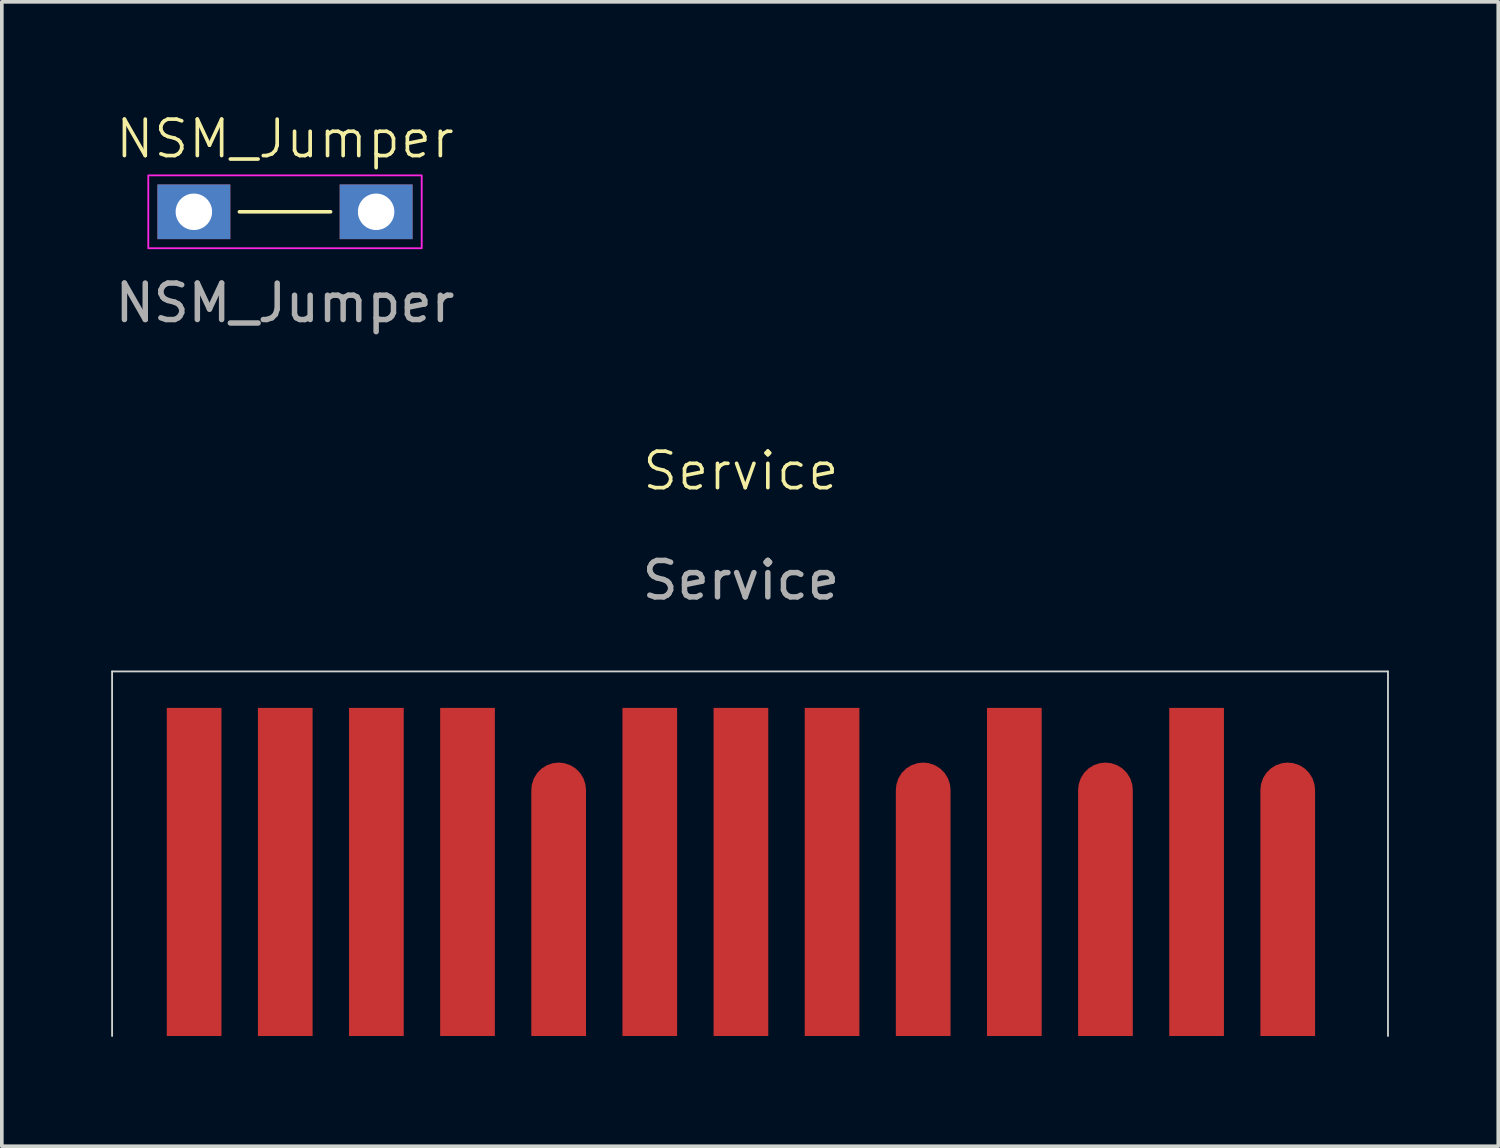
<source format=kicad_pcb>
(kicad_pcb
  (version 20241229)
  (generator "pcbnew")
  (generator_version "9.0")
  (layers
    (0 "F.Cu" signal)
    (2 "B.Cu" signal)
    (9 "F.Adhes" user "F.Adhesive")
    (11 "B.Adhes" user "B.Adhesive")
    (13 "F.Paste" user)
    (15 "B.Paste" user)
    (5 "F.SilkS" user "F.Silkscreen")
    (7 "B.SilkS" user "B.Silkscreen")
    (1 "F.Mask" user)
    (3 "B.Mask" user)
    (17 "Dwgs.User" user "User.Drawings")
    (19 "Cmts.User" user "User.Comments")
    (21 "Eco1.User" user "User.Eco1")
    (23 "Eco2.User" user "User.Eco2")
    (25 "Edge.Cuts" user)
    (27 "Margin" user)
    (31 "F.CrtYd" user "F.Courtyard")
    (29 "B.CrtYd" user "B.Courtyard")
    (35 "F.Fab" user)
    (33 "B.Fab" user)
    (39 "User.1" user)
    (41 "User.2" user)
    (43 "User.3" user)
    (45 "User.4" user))
  (footprint "NSM_Jumper"
    (layer "F.Cu")
    (at 4.768 2.76)
    (property "Reference" "NSM_Jumper" (at 0 -2 0) (unlocked yes) (layer "F.SilkS") (effects (font (size 1 1) (thickness 0.1))))
    (attr through_hole)
    (fp_line (start -1.25 0) (end 1.25 0) (stroke (width 0.1) (type default)) (layer "F.SilkS"))
    (fp_rect (start -3.75 -1) (end 3.75 1) (stroke (width 0.05) (type default)) (fill no) (layer "F.CrtYd"))
    (fp_text user "${REFERENCE}" (at 0 2.5 0) (unlocked yes) (layer "F.Fab") (effects (font (size 1 1) (thickness 0.15))))
    (pad "1" thru_hole rect (at -2.5 0) (size 2 1.5) (drill 1) (layers "*.Cu" "*.Mask"))
    (pad "2" thru_hole rect (at 2.5 0) (size 2 1.5) (drill 1) (layers "*.Cu" "*.Mask")))
  (footprint "Service"
    (layer "F.Cu")
    (at 17.275 16.369)
    (property "Reference" "Service" (at 0 -6.5 0) (unlocked yes) (layer "F.SilkS") (effects (font (size 1 1) (thickness 0.1))))
    (attr smd)
    (fp_line (start -17.25 -1) (end 17.75 -1) (stroke (width 0.05) (type default)) (layer "Edge.Cuts"))
    (fp_line (start -17.25 9) (end -17.25 -1) (stroke (width 0.05) (type default)) (layer "Edge.Cuts"))
    (fp_line (start 17.75 -1) (end 17.75 9) (stroke (width 0.05) (type default)) (layer "Edge.Cuts"))
    (fp_text user "${REFERENCE}" (at 0 -3.5 0) (unlocked yes) (layer "F.Fab") (effects (font (size 1 1) (thickness 0.15))))
    (pad "1" smd rect (at -15 4.5) (size 1.5 9) (layers "F.Cu" "F.Mask" "F.Paste"))
    (pad "2" smd rect (at -12.5 4.5) (size 1.5 9) (layers "F.Cu" "F.Mask" "F.Paste"))
    (pad "3" smd rect (at -10 4.5) (size 1.5 9) (layers "F.Cu" "F.Mask" "F.Paste"))
    (pad "4" smd rect (at -7.5 4.5) (size 1.5 9) (layers "F.Cu" "F.Mask" "F.Paste"))
    (pad "5" smd roundrect (at -5 5.25) (size 1.5 7.5) (layers "F.Cu" "F.Mask" "F.Paste") (roundrect_rratio 0.5) (chamfer_ratio 0) (chamfer bottom_left bottom_right))
    (pad "6" smd rect (at -2.5 4.5) (size 1.5 9) (layers "F.Cu" "F.Mask" "F.Paste"))
    (pad "7" smd rect (at 0 4.5) (size 1.5 9) (layers "F.Cu" "F.Mask" "F.Paste"))
    (pad "8" smd rect (at 2.5 4.5) (size 1.5 9) (layers "F.Cu" "F.Mask" "F.Paste"))
    (pad "9" smd roundrect (at 5 5.25) (size 1.5 7.5) (layers "F.Cu" "F.Mask" "F.Paste") (roundrect_rratio 0.5) (chamfer_ratio 0) (chamfer bottom_left bottom_right))
    (pad "10" smd rect (at 7.5 4.5) (size 1.5 9) (layers "F.Cu" "F.Mask" "F.Paste"))
    (pad "11" smd roundrect (at 10 5.25) (size 1.5 7.5) (layers "F.Cu" "F.Mask" "F.Paste") (roundrect_rratio 0.5) (chamfer_ratio 0) (chamfer bottom_left bottom_right))
    (pad "12" smd rect (at 12.5 4.5) (size 1.5 9) (layers "F.Cu" "F.Mask" "F.Paste"))
    (pad "13" smd roundrect (at 15 5.25) (size 1.5 7.5) (layers "F.Cu" "F.Mask" "F.Paste") (roundrect_rratio 0.5) (chamfer_ratio 0) (chamfer bottom_left bottom_right)))
  (gr_rect
    (start -3 -3)
    (end 38.05 28.394)
    (stroke (width 0.1) (type default))
    (fill no)
    (layer "Edge.Cuts")))
</source>
